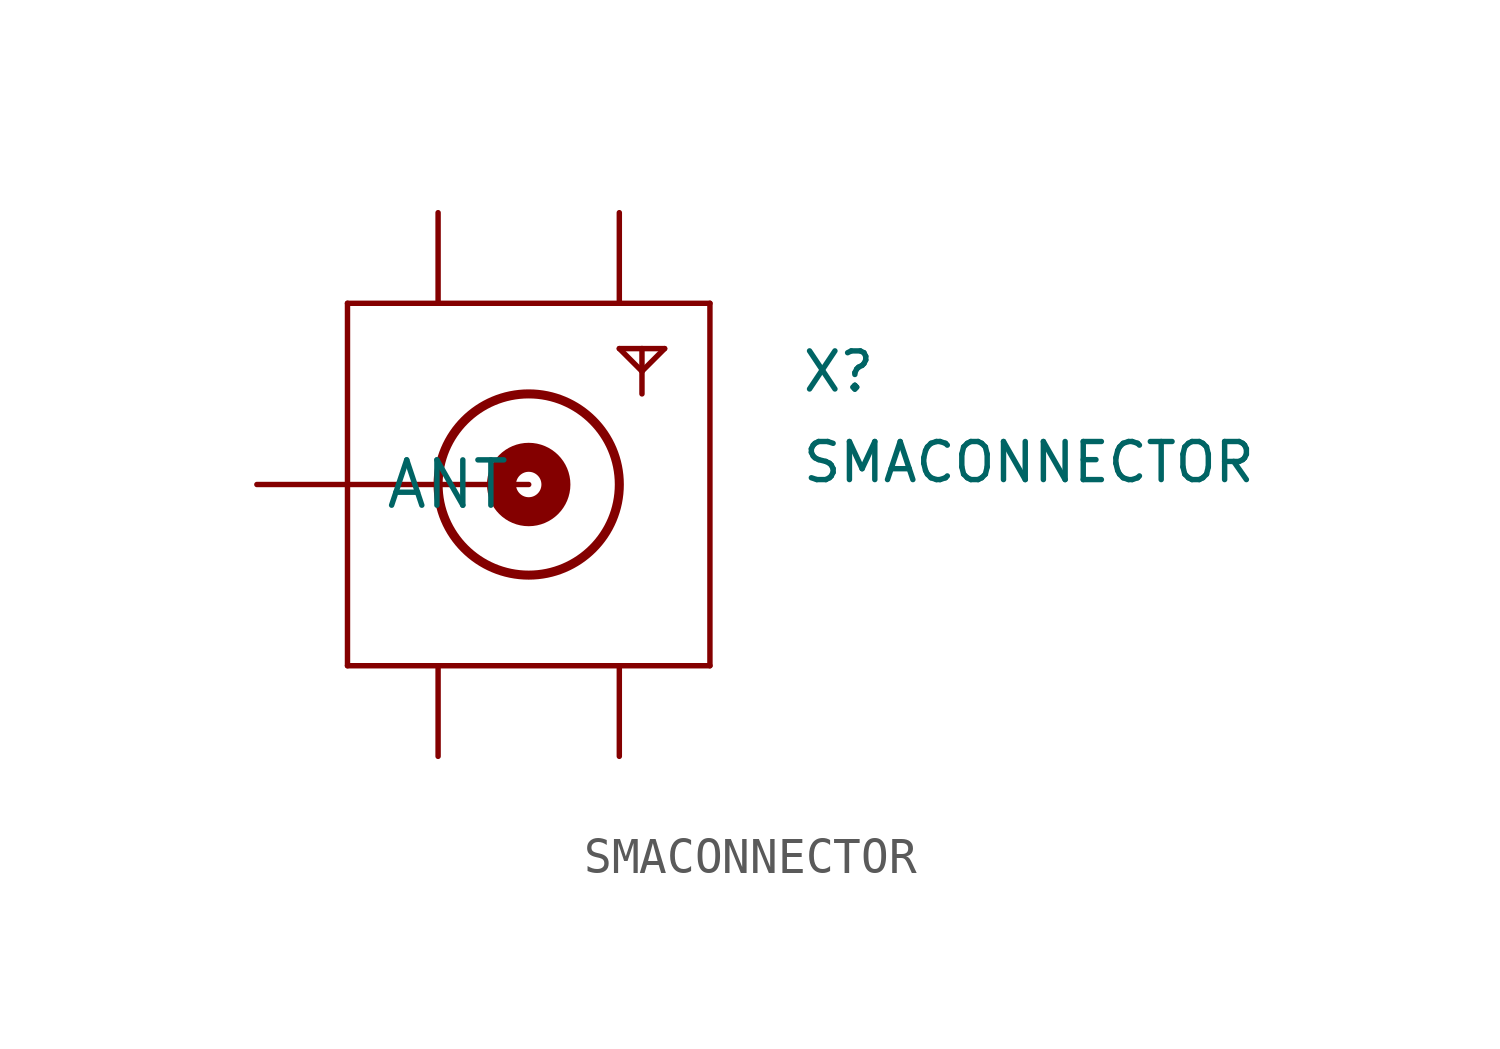
<source format=kicad_sym>
(kicad_symbol_lib
  (version 20211014)
  (generator kicad_symbol_editor)
  (symbol "SMACONNECTOR"
    (pin_names
      (offset 1.016))
    (property "Reference" "X"
      (at 7.62 2.54 0)
      (effects (font (size 1.067 1.067)) (justify left bottom)))
    (property "Value" "SMACONNECTOR"
      (at 7.62 0 0)
      (effects (font (size 1.067 1.067)) (justify left bottom)))
    (property "ki_locked" ""
      (at 0 0 0)
      (effects (font (size 1.27 1.27))))
    (symbol "SMACONNECTOR_1_0"
      (polyline (pts (xy -5.08 -5.08) (xy -5.08 0)) (stroke (width 0) (type default) (color 0 0 0 0)) (fill (type none)))
      (polyline (pts (xy -5.08 0) (xy -5.08 5.08)) (stroke (width 0) (type default) (color 0 0 0 0)) (fill (type none)))
      (polyline (pts (xy -5.08 0) (xy 0 0)) (stroke (width 0) (type default) (color 0 0 0 0)) (fill (type none)))
      (polyline (pts (xy -5.08 5.08) (xy 5.08 5.08)) (stroke (width 0) (type default) (color 0 0 0 0)) (fill (type none)))
      (polyline (pts (xy 2.54 3.81) (xy 3.175 3.81)) (stroke (width 0) (type default) (color 0 0 0 0)) (fill (type none)))
      (polyline (pts (xy 3.175 3.175) (xy 2.54 3.81)) (stroke (width 0) (type default) (color 0 0 0 0)) (fill (type none)))
      (polyline (pts (xy 3.175 3.81) (xy 3.175 2.54)) (stroke (width 0) (type default) (color 0 0 0 0)) (fill (type none)))
      (polyline (pts (xy 3.175 3.81) (xy 3.81 3.81)) (stroke (width 0) (type default) (color 0 0 0 0)) (fill (type none)))
      (polyline (pts (xy 3.81 3.81) (xy 3.175 3.175)) (stroke (width 0) (type default) (color 0 0 0 0)) (fill (type none)))
      (polyline (pts (xy 5.08 -5.08) (xy -5.08 -5.08)) (stroke (width 0) (type default) (color 0 0 0 0)) (fill (type none)))
      (polyline (pts (xy 5.08 5.08) (xy 5.08 -5.08)) (stroke (width 0) (type default) (color 0 0 0 0)) (fill (type none)))
      (circle (center 0 0) (radius 0.356) (stroke (width 0.813) (type default) (color 0 0 0 0)) (fill (type none)))
      (circle (center 0 0) (radius 2.54) (stroke (width 0.254) (type default) (color 0 0 0 0)) (fill (type none)))
      (pin bidirectional line (at -7.62 0 0) (length 2.54) (name "ANT" (effects (font (size 1.27 1.27)))) (number "ANTENNA" (effects (font (size 0 0)))))
      (pin power_in line (at -2.54 7.62 270) (length 2.54) (name "GND1" (effects (font (size 0 0)))) (number "GND1" (effects (font (size 0 0)))))
      (pin power_in line (at 2.54 7.62 270) (length 2.54) (name "GND2" (effects (font (size 0 0)))) (number "GND2" (effects (font (size 0 0)))))
      (pin power_in line (at -2.54 -7.62 90) (length 2.54) (name "GND3" (effects (font (size 0 0)))) (number "GND3" (effects (font (size 0 0)))))
      (pin power_in line (at 2.54 -7.62 90) (length 2.54) (name "GND4" (effects (font (size 0 0)))) (number "GND4" (effects (font (size 0 0))))))))
</source>
